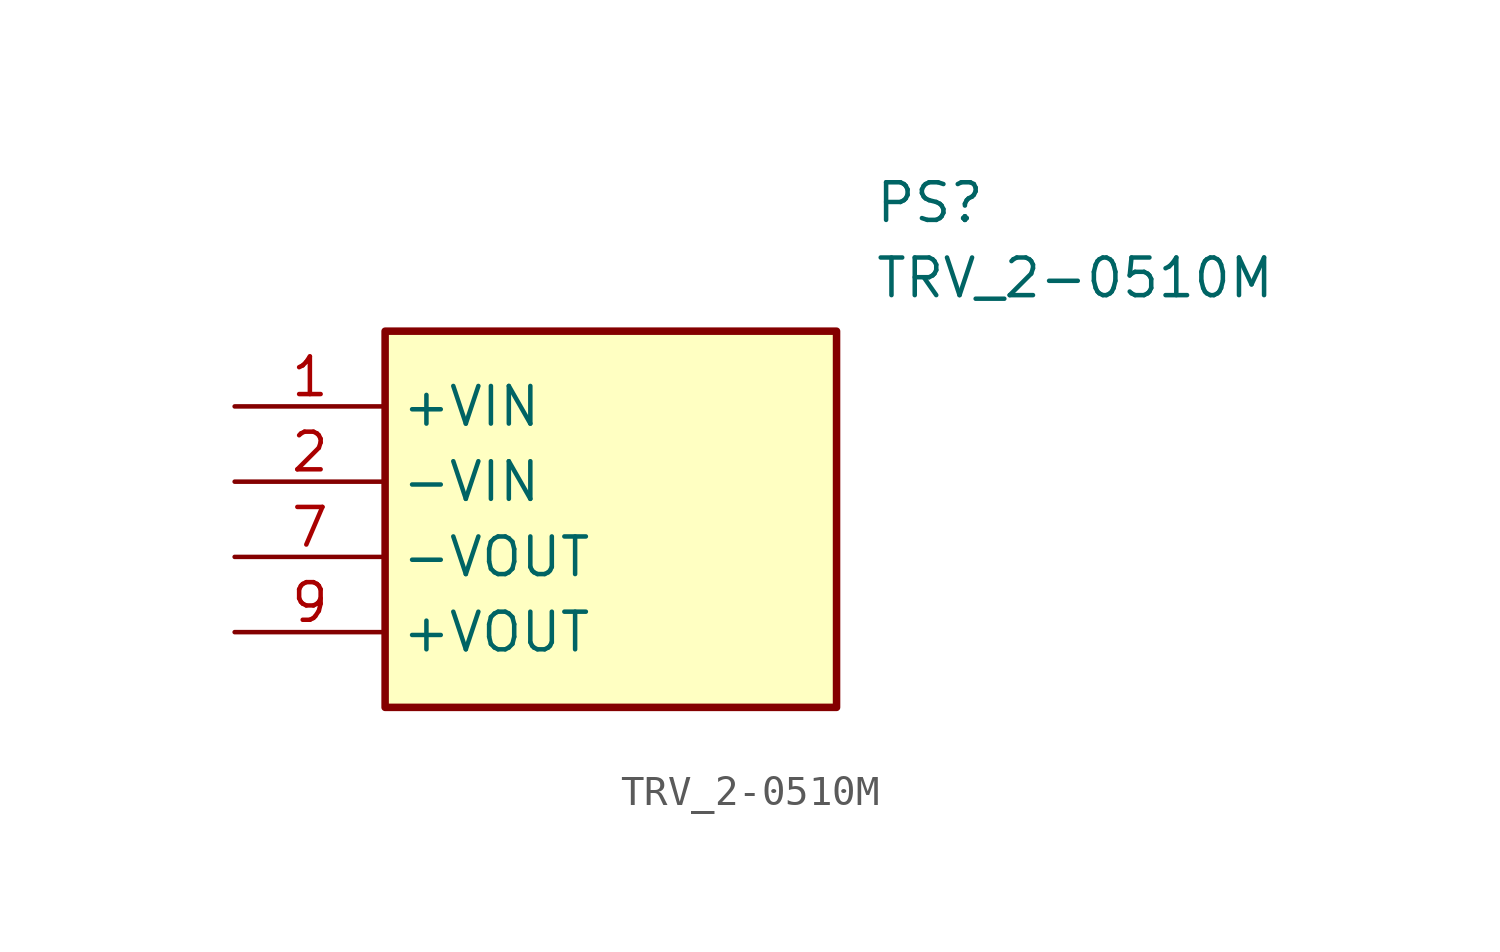
<source format=kicad_sym>
(kicad_symbol_lib
  (version 20211014)
  (generator SamacSys_ECAD_Model)
  (symbol "TRV_2-0510M"
    (property "Reference" "PS"
      (at 21.59 7.62 0)
      (effects (font (size 1.27 1.27)) (justify left top)))
    (property "Value" "TRV_2-0510M"
      (at 21.59 5.08 0)
      (effects (font (size 1.27 1.27)) (justify left top)))
    (rectangle
      (start 5.08 2.54)
      (end 20.32 -10.16)
      (stroke (width 0.254) (type default))
      (fill (type background)))
    (pin passive line
      (at 0 0 0)
      (length 5.08)
      (name "+VIN" (effects (font (size 1.27 1.27))))
      (number "1" (effects (font (size 1.27 1.27)))))
    (pin passive line
      (at 0 -2.54 0)
      (length 5.08)
      (name "-VIN" (effects (font (size 1.27 1.27))))
      (number "2" (effects (font (size 1.27 1.27)))))
    (pin passive line
      (at 0 -5.08 0)
      (length 5.08)
      (name "-VOUT" (effects (font (size 1.27 1.27))))
      (number "7" (effects (font (size 1.27 1.27)))))
    (pin passive line
      (at 0 -7.62 0)
      (length 5.08)
      (name "+VOUT" (effects (font (size 1.27 1.27))))
      (number "9" (effects (font (size 1.27 1.27)))))))
</source>
